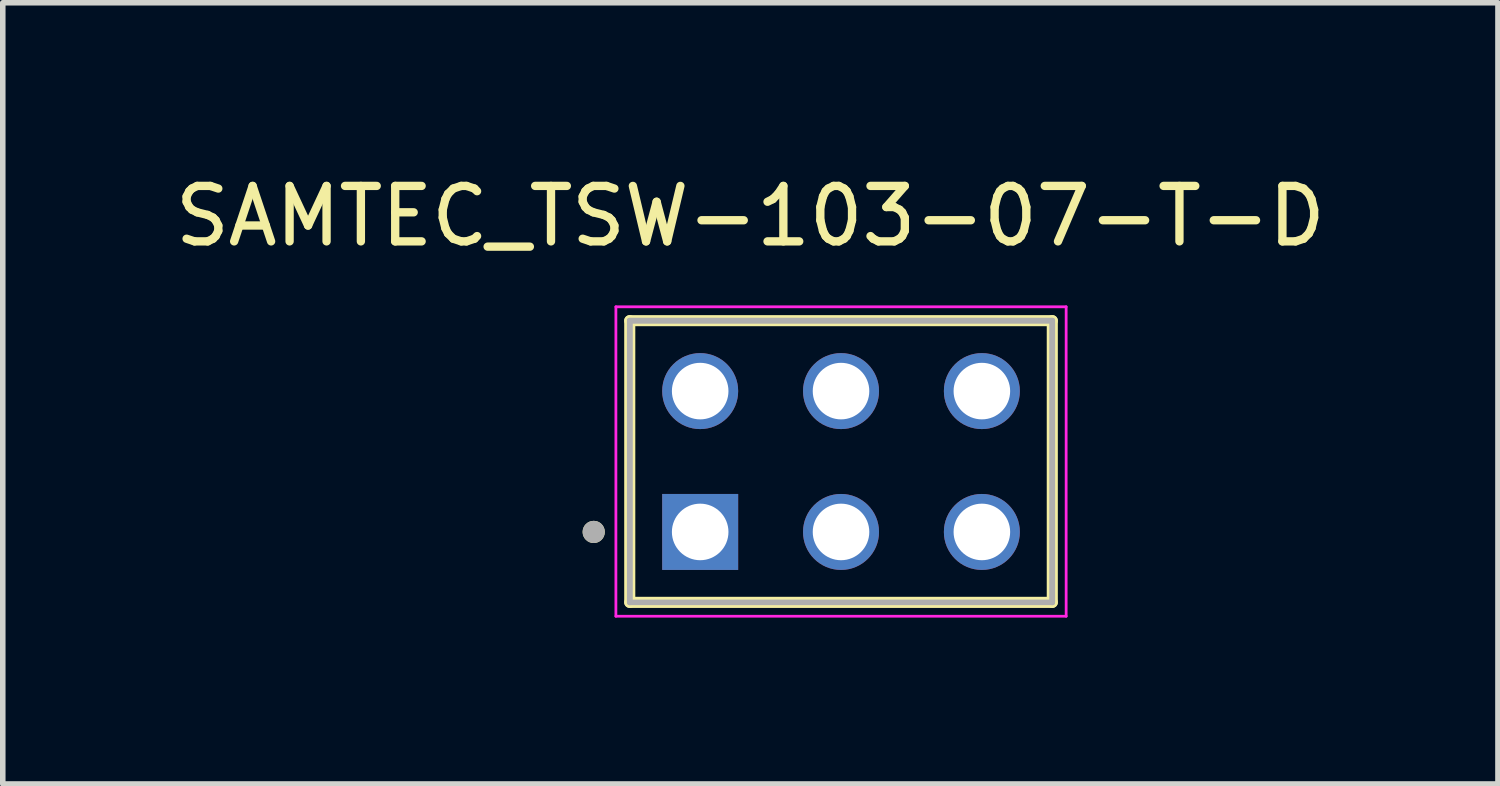
<source format=kicad_pcb>
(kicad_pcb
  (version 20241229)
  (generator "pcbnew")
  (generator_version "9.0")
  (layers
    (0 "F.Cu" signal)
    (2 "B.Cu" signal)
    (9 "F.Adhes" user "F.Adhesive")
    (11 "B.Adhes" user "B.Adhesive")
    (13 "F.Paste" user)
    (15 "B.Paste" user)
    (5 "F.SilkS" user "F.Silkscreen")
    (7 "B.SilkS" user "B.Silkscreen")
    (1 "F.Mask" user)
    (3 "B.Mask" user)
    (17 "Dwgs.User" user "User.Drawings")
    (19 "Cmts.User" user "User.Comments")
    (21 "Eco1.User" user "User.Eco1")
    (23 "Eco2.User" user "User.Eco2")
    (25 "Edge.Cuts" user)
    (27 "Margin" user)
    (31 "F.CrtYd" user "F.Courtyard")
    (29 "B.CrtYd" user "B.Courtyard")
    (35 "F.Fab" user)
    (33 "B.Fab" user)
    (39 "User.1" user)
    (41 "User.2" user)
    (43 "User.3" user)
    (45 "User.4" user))
  (footprint "SAMTEC_TSW-103-07-T-D"
    (layer "F.Cu")
    (at 12.117 5.273)
    (property "Reference" "SAMTEC_TSW-103-07-T-D" (at -1.635 -4.425 0) (layer "F.SilkS") (effects (font (size 1 1) (thickness 0.15))))
    (attr through_hole)
    (fp_line (start -3.81 2.54) (end -3.81 -2.54) (stroke (width 0.2) (type solid)) (layer "F.SilkS"))
    (fp_line (start 3.81 -2.54) (end -3.81 -2.54) (stroke (width 0.2) (type solid)) (layer "F.SilkS"))
    (fp_line (start 3.81 -2.54) (end 3.81 2.54) (stroke (width 0.2) (type solid)) (layer "F.SilkS"))
    (fp_line (start 3.81 2.54) (end -3.81 2.54) (stroke (width 0.2) (type solid)) (layer "F.SilkS"))
    (fp_circle (center -4.46 1.27) (end -4.36 1.27) (stroke (width 0.2) (type solid)) (fill no) (layer "F.SilkS"))
    (fp_line (start -4.06 -2.79) (end 4.06 -2.79) (stroke (width 0.05) (type solid)) (layer "F.CrtYd"))
    (fp_line (start -4.06 2.79) (end -4.06 -2.79) (stroke (width 0.05) (type solid)) (layer "F.CrtYd"))
    (fp_line (start 4.06 -2.79) (end 4.06 2.79) (stroke (width 0.05) (type solid)) (layer "F.CrtYd"))
    (fp_line (start 4.06 2.79) (end -4.06 2.79) (stroke (width 0.05) (type solid)) (layer "F.CrtYd"))
    (fp_line (start -3.81 -2.54) (end 3.81 -2.54) (stroke (width 0.1) (type solid)) (layer "F.Fab"))
    (fp_line (start -3.81 -2.54) (end 3.81 -2.54) (stroke (width 0.1) (type solid)) (layer "F.Fab"))
    (fp_line (start -3.81 2.54) (end -3.81 -2.54) (stroke (width 0.1) (type solid)) (layer "F.Fab"))
    (fp_line (start -3.81 2.54) (end -3.81 -2.54) (stroke (width 0.1) (type solid)) (layer "F.Fab"))
    (fp_line (start 3.81 -2.54) (end 3.81 2.54) (stroke (width 0.1) (type solid)) (layer "F.Fab"))
    (fp_line (start 3.81 -2.54) (end 3.81 2.54) (stroke (width 0.1) (type solid)) (layer "F.Fab"))
    (fp_line (start 3.81 2.54) (end -3.81 2.54) (stroke (width 0.1) (type solid)) (layer "F.Fab"))
    (fp_circle (center -4.46 1.27) (end -4.36 1.27) (stroke (width 0.2) (type solid)) (fill no) (layer "F.Fab"))
    (pad "01" thru_hole rect (at -2.54 1.27) (size 1.37 1.37) (drill 1.02) (layers "*.Cu" "*.Mask"))
    (pad "02" thru_hole circle (at -2.54 -1.27) (size 1.37 1.37) (drill 1.02) (layers "*.Cu" "*.Mask"))
    (pad "03" thru_hole circle (at 0 1.27) (size 1.37 1.37) (drill 1.02) (layers "*.Cu" "*.Mask"))
    (pad "04" thru_hole circle (at 0 -1.27) (size 1.37 1.37) (drill 1.02) (layers "*.Cu" "*.Mask"))
    (pad "05" thru_hole circle (at 2.54 1.27) (size 1.37 1.37) (drill 1.02) (layers "*.Cu" "*.Mask"))
    (pad "06" thru_hole circle (at 2.54 -1.27) (size 1.37 1.37) (drill 1.02) (layers "*.Cu" "*.Mask")))
  (gr_rect
    (start -3 -3)
    (end 23.964 11.088)
    (stroke (width 0.1) (type default))
    (fill no)
    (layer "Edge.Cuts")))
</source>
